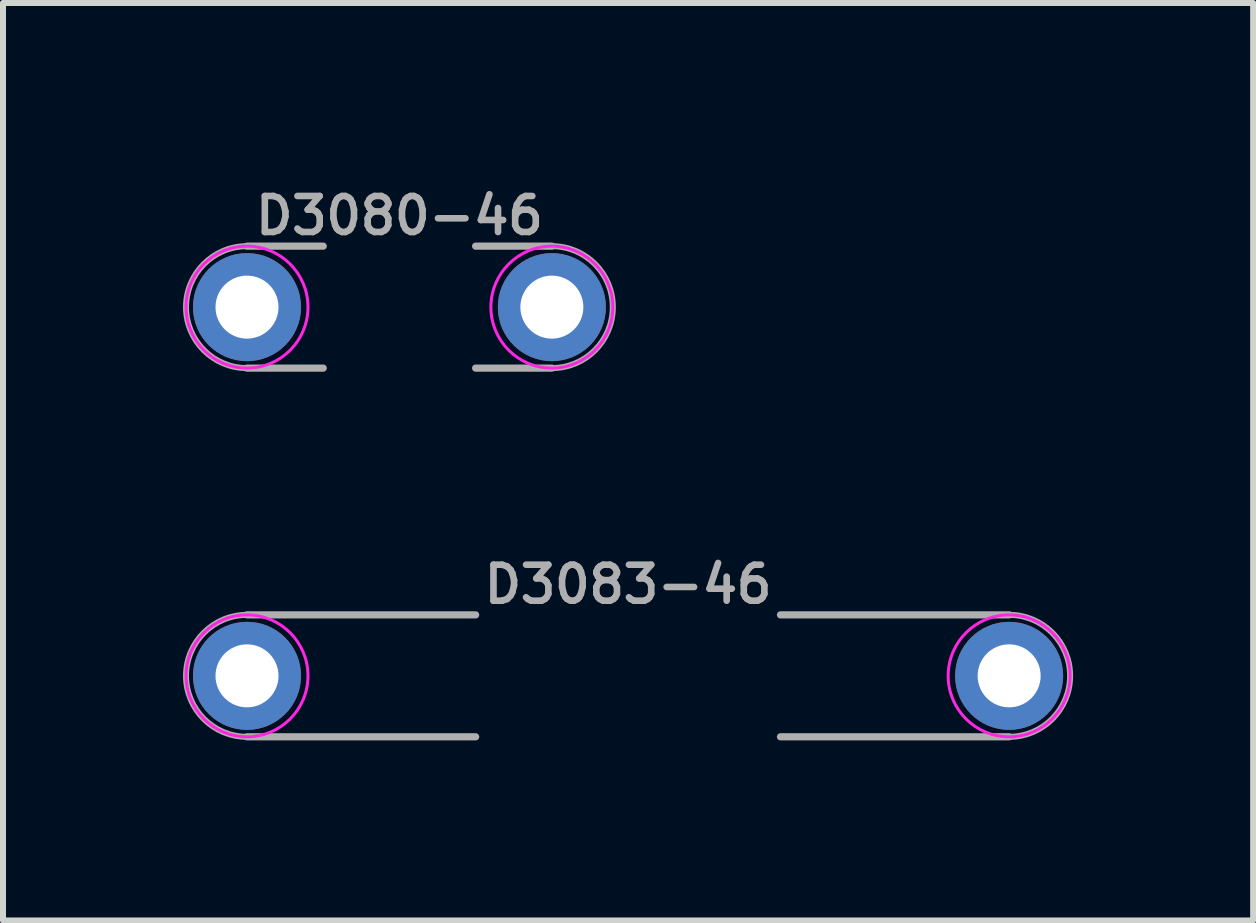
<source format=kicad_pcb>
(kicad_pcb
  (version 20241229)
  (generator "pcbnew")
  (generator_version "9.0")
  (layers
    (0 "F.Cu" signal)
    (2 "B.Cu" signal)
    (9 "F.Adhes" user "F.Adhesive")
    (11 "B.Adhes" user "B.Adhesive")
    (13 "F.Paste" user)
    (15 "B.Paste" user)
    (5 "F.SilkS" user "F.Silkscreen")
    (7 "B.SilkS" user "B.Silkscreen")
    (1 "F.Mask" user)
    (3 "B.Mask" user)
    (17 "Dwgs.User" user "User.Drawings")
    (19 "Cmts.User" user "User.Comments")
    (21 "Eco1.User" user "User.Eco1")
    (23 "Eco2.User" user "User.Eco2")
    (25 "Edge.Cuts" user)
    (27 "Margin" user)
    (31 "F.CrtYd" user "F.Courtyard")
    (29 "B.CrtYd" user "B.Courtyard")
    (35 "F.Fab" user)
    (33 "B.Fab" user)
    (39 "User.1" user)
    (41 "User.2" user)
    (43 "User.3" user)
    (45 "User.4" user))
  (footprint "D3083-46"
    (layer "F.Cu")
    (at 7.416 8.212)
    (property "Reference" "D3083-46" (at 0 -1.524 0) (layer "F.Fab") (effects (font (size 0.6 0.6) (thickness 0.11))))
    (attr through_hole)
    (fp_circle (center -6.35 0) (end -5.334 0) (stroke (width 0.05) (type solid)) (fill no) (layer "F.CrtYd"))
    (fp_circle (center 6.35 0) (end 7.366 0) (stroke (width 0.05) (type solid)) (fill no) (layer "F.CrtYd"))
    (fp_line (start -6.35 -1.016) (end -2.54 -1.016) (stroke (width 0.12) (type solid)) (layer "F.Fab"))
    (fp_line (start -6.35 1.016) (end -2.54 1.016) (stroke (width 0.12) (type solid)) (layer "F.Fab"))
    (fp_line (start 2.54 -1.016) (end 6.35 -1.016) (stroke (width 0.12) (type solid)) (layer "F.Fab"))
    (fp_line (start 2.54 1.016) (end 6.35 1.016) (stroke (width 0.12) (type solid)) (layer "F.Fab"))
    (fp_arc (start -6.35 1.016) (mid -7.366 0) (end -6.35 -1.016) (stroke (width 0.1) (type solid)) (layer "F.Fab"))
    (fp_arc (start 6.35 -1.016) (mid 7.366 0) (end 6.35 1.016) (stroke (width 0.1) (type solid)) (layer "F.Fab"))
    (pad "1" thru_hole circle (at -6.35 0) (size 1.8 1.8) (drill 1.05) (layers "*.Cu" "*.Mask"))
    (pad "2" thru_hole circle (at 6.35 0) (size 1.8 1.8) (drill 1.05) (layers "*.Cu" "*.Mask")))
  (footprint "D3080-46"
    (layer "F.Cu")
    (at 3.606 2.068)
    (property "Reference" "D3080-46" (at 0 -1.524 0) (layer "F.Fab") (effects (font (size 0.6 0.6) (thickness 0.11))))
    (attr through_hole)
    (fp_circle (center -2.54 0) (end -1.524 0) (stroke (width 0.05) (type solid)) (fill no) (layer "F.CrtYd"))
    (fp_circle (center 2.54 0) (end 3.556 0) (stroke (width 0.05) (type solid)) (fill no) (layer "F.CrtYd"))
    (fp_line (start -2.54 -1.016) (end -1.27 -1.016) (stroke (width 0.12) (type solid)) (layer "F.Fab"))
    (fp_line (start -2.54 1.016) (end -1.27 1.016) (stroke (width 0.12) (type solid)) (layer "F.Fab"))
    (fp_line (start 1.27 -1.016) (end 2.54 -1.016) (stroke (width 0.12) (type solid)) (layer "F.Fab"))
    (fp_line (start 1.27 1.016) (end 2.54 1.016) (stroke (width 0.12) (type solid)) (layer "F.Fab"))
    (fp_arc (start -2.54 1.016) (mid -3.556 0) (end -2.54 -1.016) (stroke (width 0.1) (type solid)) (layer "F.Fab"))
    (fp_arc (start 2.54 -1.016) (mid 3.556 0) (end 2.54 1.016) (stroke (width 0.1) (type solid)) (layer "F.Fab"))
    (pad "1" thru_hole circle (at -2.54 0) (size 1.8 1.8) (drill 1.05) (layers "*.Cu" "*.Mask"))
    (pad "2" thru_hole circle (at 2.54 0) (size 1.8 1.8) (drill 1.05) (layers "*.Cu" "*.Mask")))
  (gr_rect
    (start -3 -3)
    (end 17.832 12.288)
    (stroke (width 0.1) (type default))
    (fill no)
    (layer "Edge.Cuts")))
</source>
